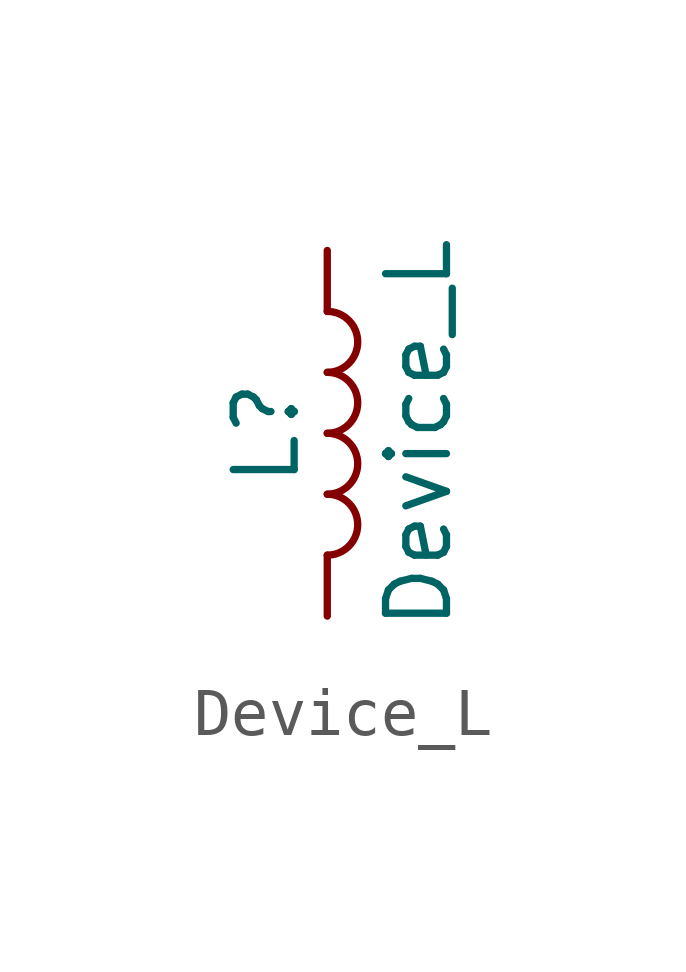
<source format=kicad_sym>
(kicad_symbol_lib
  (version 20220914)
  (generator kicad_symbol_editor)
  (symbol "Device_L"
    (pin_numbers hide)
    (pin_names
      (offset 1.016) hide)
    (property "Reference" "L"
      (at -1.27 0 90)
      (effects (font (size 1.27 1.27))))
    (property "Value" "Device_L"
      (at 1.905 0 90)
      (effects (font (size 1.27 1.27))))
    (symbol "Device_L_0_1"
      (arc (start 0 -2.54) (mid 0.6323 -1.905) (end 0 -1.27) (stroke (width 0) (type default)) (fill (type none)))
      (arc (start 0 -1.27) (mid 0.6323 -0.635) (end 0 0) (stroke (width 0) (type default)) (fill (type none)))
      (arc (start 0 0) (mid 0.6323 0.635) (end 0 1.27) (stroke (width 0) (type default)) (fill (type none)))
      (arc (start 0 1.27) (mid 0.6323 1.905) (end 0 2.54) (stroke (width 0) (type default)) (fill (type none))))
    (symbol "Device_L_1_1"
      (pin passive line (at 0 3.81 270) (length 1.27) (name "1" (effects (font (size 1.27 1.27)))) (number "1" (effects (font (size 1.27 1.27)))))
      (pin passive line (at 0 -3.81 90) (length 1.27) (name "2" (effects (font (size 1.27 1.27)))) (number "2" (effects (font (size 1.27 1.27))))))))
</source>
